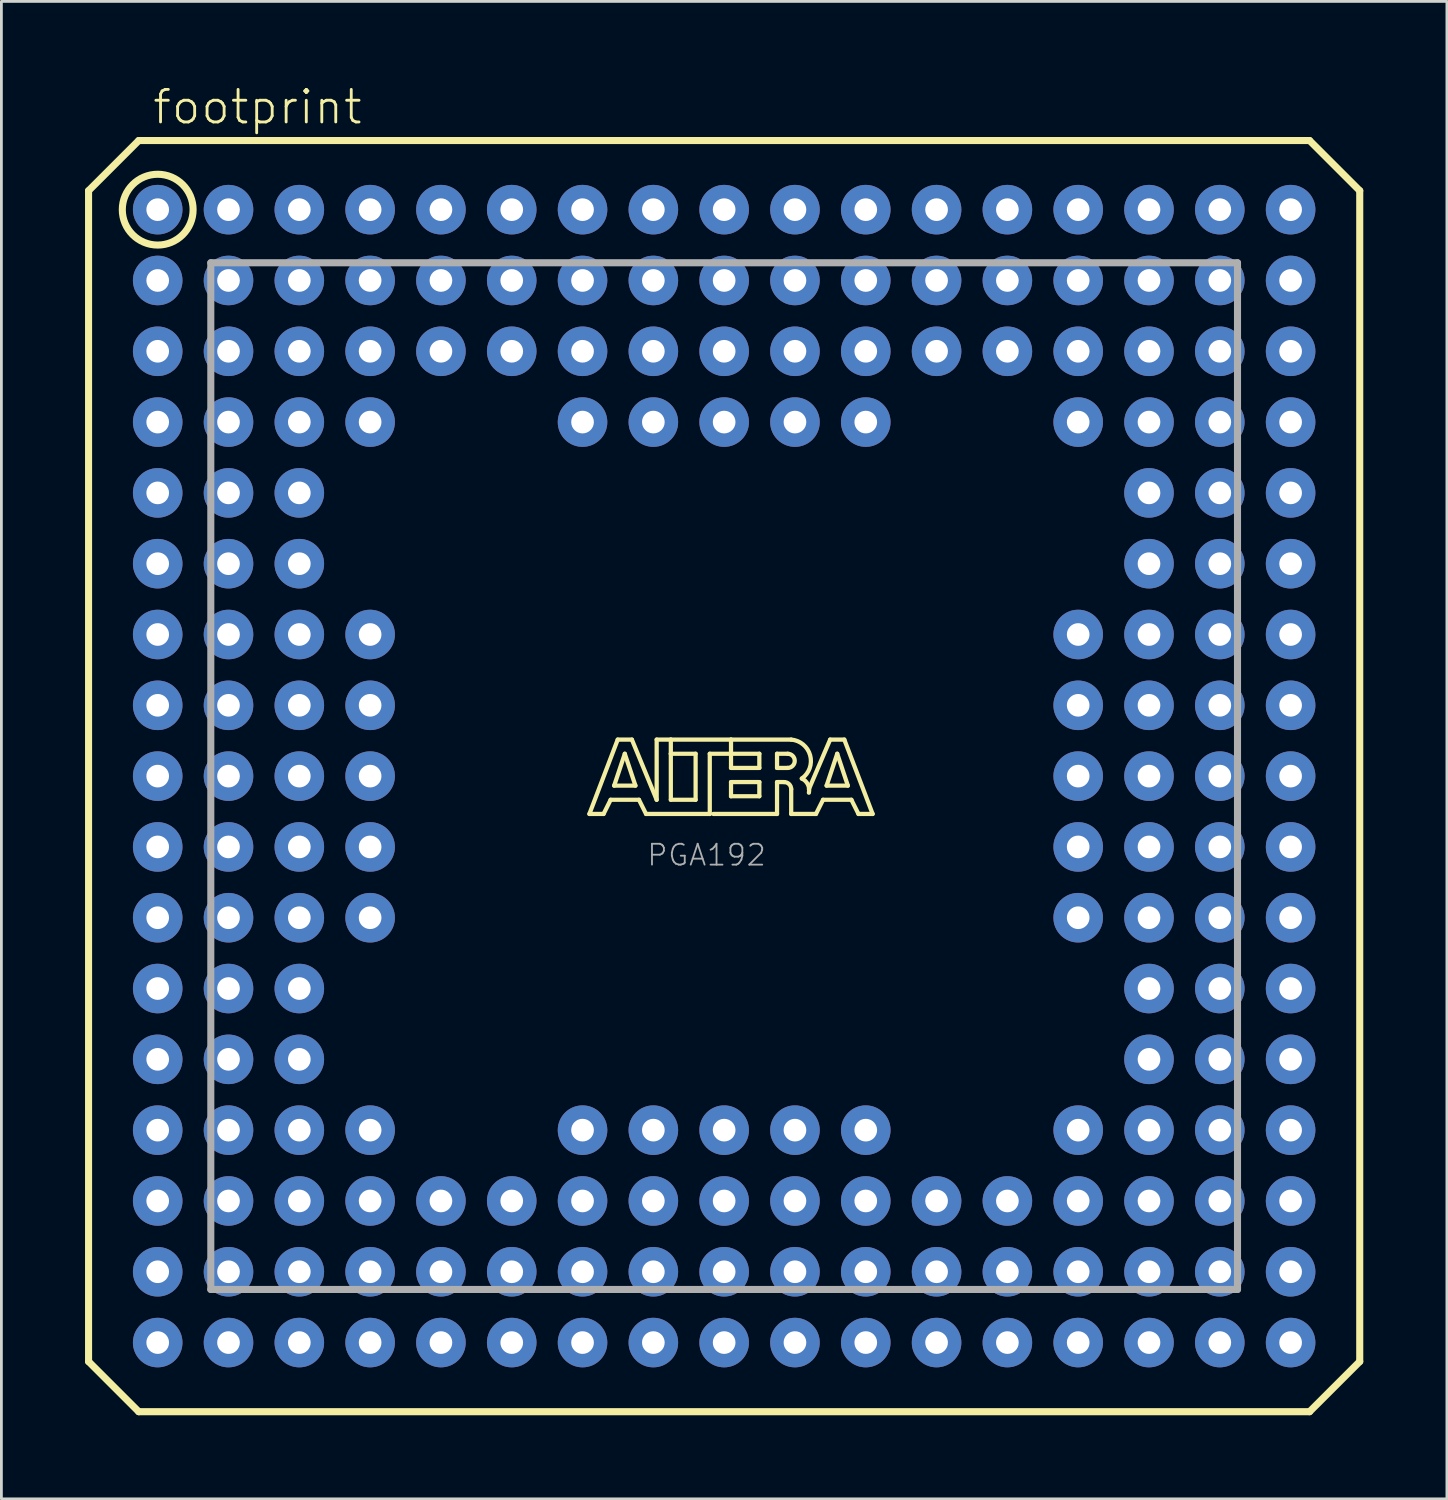
<source format=kicad_pcb>
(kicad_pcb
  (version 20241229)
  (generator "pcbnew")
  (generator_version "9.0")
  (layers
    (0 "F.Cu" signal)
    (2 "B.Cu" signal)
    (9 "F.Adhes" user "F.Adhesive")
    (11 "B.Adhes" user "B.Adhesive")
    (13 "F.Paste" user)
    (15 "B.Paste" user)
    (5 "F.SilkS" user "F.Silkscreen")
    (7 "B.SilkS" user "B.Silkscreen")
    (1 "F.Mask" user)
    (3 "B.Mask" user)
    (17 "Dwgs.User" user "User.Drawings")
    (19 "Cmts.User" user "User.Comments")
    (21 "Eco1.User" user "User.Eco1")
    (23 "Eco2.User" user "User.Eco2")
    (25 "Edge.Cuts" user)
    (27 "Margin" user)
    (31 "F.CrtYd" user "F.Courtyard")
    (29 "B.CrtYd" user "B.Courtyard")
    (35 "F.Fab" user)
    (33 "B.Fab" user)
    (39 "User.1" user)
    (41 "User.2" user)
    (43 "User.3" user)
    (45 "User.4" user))
  (footprint "footprint"
    (layer "F.Cu")
    (at 22.927 24.791)
    (property "Reference" "footprint" (at -20.563 -23.318 0) (layer "F.SilkS") (effects (font (size 1.168 1.168) (thickness 0.102)) (justify left bottom)))
    (fp_line (start -22.8 -21) (end -21 -22.8) (stroke (width 0.254) (type solid)) (layer "F.SilkS"))
    (fp_line (start -22.8 21) (end -22.8 -21) (stroke (width 0.254) (type solid)) (layer "F.SilkS"))
    (fp_line (start -21 -22.8) (end 21 -22.8) (stroke (width 0.254) (type solid)) (layer "F.SilkS"))
    (fp_line (start -21 22.8) (end -22.8 21) (stroke (width 0.254) (type solid)) (layer "F.SilkS"))
    (fp_line (start -4.834 1.357) (end -3.818 -1.31) (stroke (width 0.152) (type solid)) (layer "F.SilkS"))
    (fp_line (start -4.326 1.357) (end -4.834 1.357) (stroke (width 0.152) (type solid)) (layer "F.SilkS"))
    (fp_line (start -4.072 0.849) (end -4.326 1.357) (stroke (width 0.152) (type solid)) (layer "F.SilkS"))
    (fp_line (start -3.945 0.341) (end -3.183 0.341) (stroke (width 0.152) (type solid)) (layer "F.SilkS"))
    (fp_line (start -3.818 -1.31) (end -3.31 -1.31) (stroke (width 0.152) (type solid)) (layer "F.SilkS"))
    (fp_line (start -3.564 -0.802) (end -3.945 0.341) (stroke (width 0.152) (type solid)) (layer "F.SilkS"))
    (fp_line (start -3.31 -1.31) (end -2.421 0.849) (stroke (width 0.152) (type solid)) (layer "F.SilkS"))
    (fp_line (start -3.183 0.341) (end -3.564 -0.802) (stroke (width 0.152) (type solid)) (layer "F.SilkS"))
    (fp_line (start -3.056 0.849) (end -4.072 0.849) (stroke (width 0.152) (type solid)) (layer "F.SilkS"))
    (fp_line (start -2.802 1.357) (end -3.056 0.849) (stroke (width 0.152) (type solid)) (layer "F.SilkS"))
    (fp_line (start -2.421 -1.31) (end -1.913 -1.31) (stroke (width 0.152) (type solid)) (layer "F.SilkS"))
    (fp_line (start -2.421 0.849) (end -2.421 -1.31) (stroke (width 0.152) (type solid)) (layer "F.SilkS"))
    (fp_line (start -1.913 -1.31) (end -1.913 -0.802) (stroke (width 0.152) (type solid)) (layer "F.SilkS"))
    (fp_line (start -1.913 -1.31) (end 0.246 -1.31) (stroke (width 0.152) (type solid)) (layer "F.SilkS"))
    (fp_line (start -1.913 -0.802) (end -1.913 0.849) (stroke (width 0.152) (type solid)) (layer "F.SilkS"))
    (fp_line (start -1.913 0.849) (end -1.024 0.849) (stroke (width 0.152) (type solid)) (layer "F.SilkS"))
    (fp_line (start -1.024 -0.802) (end -1.913 -0.802) (stroke (width 0.152) (type solid)) (layer "F.SilkS"))
    (fp_line (start -1.024 0.849) (end -1.024 -0.802) (stroke (width 0.152) (type solid)) (layer "F.SilkS"))
    (fp_line (start -0.516 -0.802) (end -0.516 1.357) (stroke (width 0.152) (type solid)) (layer "F.SilkS"))
    (fp_line (start -0.516 1.357) (end -2.802 1.357) (stroke (width 0.152) (type solid)) (layer "F.SilkS"))
    (fp_line (start 0.246 -1.31) (end 0.246 -0.802) (stroke (width 0.152) (type solid)) (layer "F.SilkS"))
    (fp_line (start 0.246 -1.31) (end 2.405 -1.31) (stroke (width 0.152) (type solid)) (layer "F.SilkS"))
    (fp_line (start 0.246 -0.802) (end -0.516 -0.802) (stroke (width 0.152) (type solid)) (layer "F.SilkS"))
    (fp_line (start 0.246 -0.802) (end 0.246 -0.294) (stroke (width 0.152) (type solid)) (layer "F.SilkS"))
    (fp_line (start 0.246 -0.294) (end 1.262 -0.294) (stroke (width 0.152) (type solid)) (layer "F.SilkS"))
    (fp_line (start 0.246 0.214) (end 1.262 0.214) (stroke (width 0.152) (type solid)) (layer "F.SilkS"))
    (fp_line (start 0.246 0.722) (end 0.246 0.214) (stroke (width 0.152) (type solid)) (layer "F.SilkS"))
    (fp_line (start 1.262 -0.802) (end 0.246 -0.802) (stroke (width 0.152) (type solid)) (layer "F.SilkS"))
    (fp_line (start 1.262 -0.294) (end 1.262 -0.802) (stroke (width 0.152) (type solid)) (layer "F.SilkS"))
    (fp_line (start 1.262 0.214) (end 1.262 0.722) (stroke (width 0.152) (type solid)) (layer "F.SilkS"))
    (fp_line (start 1.262 0.722) (end 0.246 0.722) (stroke (width 0.152) (type solid)) (layer "F.SilkS"))
    (fp_line (start 1.897 -0.802) (end 1.897 -0.294) (stroke (width 0.152) (type solid)) (layer "F.SilkS"))
    (fp_line (start 1.897 -0.294) (end 2.278 -0.294) (stroke (width 0.152) (type solid)) (layer "F.SilkS"))
    (fp_line (start 1.897 0.214) (end 1.897 1.357) (stroke (width 0.152) (type solid)) (layer "F.SilkS"))
    (fp_line (start 1.897 0.214) (end 2.151 0.214) (stroke (width 0.152) (type solid)) (layer "F.SilkS"))
    (fp_line (start 1.897 1.357) (end -0.389 1.357) (stroke (width 0.152) (type solid)) (layer "F.SilkS"))
    (fp_line (start 2.278 -0.802) (end 1.897 -0.802) (stroke (width 0.152) (type solid)) (layer "F.SilkS"))
    (fp_line (start 2.405 0.468) (end 2.405 1.357) (stroke (width 0.152) (type solid)) (layer "F.SilkS"))
    (fp_line (start 2.405 1.357) (end 3.294 1.357) (stroke (width 0.152) (type solid)) (layer "F.SilkS"))
    (fp_line (start 3.294 1.357) (end 3.548 0.849) (stroke (width 0.152) (type solid)) (layer "F.SilkS"))
    (fp_line (start 3.548 0.849) (end 4.564 0.849) (stroke (width 0.152) (type solid)) (layer "F.SilkS"))
    (fp_line (start 3.675 0.341) (end 4.056 -0.802) (stroke (width 0.152) (type solid)) (layer "F.SilkS"))
    (fp_line (start 3.802 -1.31) (end 3.04 0.468) (stroke (width 0.152) (type solid)) (layer "F.SilkS"))
    (fp_line (start 4.056 -0.802) (end 4.437 0.341) (stroke (width 0.152) (type solid)) (layer "F.SilkS"))
    (fp_line (start 4.31 -1.31) (end 3.802 -1.31) (stroke (width 0.152) (type solid)) (layer "F.SilkS"))
    (fp_line (start 4.437 0.341) (end 3.675 0.341) (stroke (width 0.152) (type solid)) (layer "F.SilkS"))
    (fp_line (start 4.564 0.849) (end 4.818 1.357) (stroke (width 0.152) (type solid)) (layer "F.SilkS"))
    (fp_line (start 4.818 1.357) (end 5.326 1.357) (stroke (width 0.152) (type solid)) (layer "F.SilkS"))
    (fp_line (start 5.326 1.357) (end 4.31 -1.31) (stroke (width 0.152) (type solid)) (layer "F.SilkS"))
    (fp_line (start 21 -22.8) (end 22.8 -21) (stroke (width 0.254) (type solid)) (layer "F.SilkS"))
    (fp_line (start 21 22.8) (end -21 22.8) (stroke (width 0.254) (type solid)) (layer "F.SilkS"))
    (fp_line (start 22.8 -21) (end 22.8 21) (stroke (width 0.254) (type solid)) (layer "F.SilkS"))
    (fp_line (start 22.8 21) (end 21 22.8) (stroke (width 0.254) (type solid)) (layer "F.SilkS"))
    (fp_arc (start 2.151 0.214) (mid 2.330605 0.288395) (end 2.405 0.468) (stroke (width 0.1524) (type solid)) (layer "F.SilkS"))
    (fp_arc (start 2.278 -0.802) (mid 2.532 -0.548) (end 2.278 -0.294) (stroke (width 0.1524) (type solid)) (layer "F.SilkS"))
    (fp_arc (start 2.405 -1.31) (mid 3.084953 -0.744769) (end 2.786098 0.087401) (stroke (width 0.1524) (type solid)) (layer "F.SilkS"))
    (fp_arc (start 2.7861 0.0871) (mid 3.002081 0.296587) (end 3.039799 0.5951) (stroke (width 0.1524) (type solid)) (layer "F.SilkS"))
    (fp_circle (center -20.32 -20.32) (end -19.05 -20.32) (stroke (width 0.254) (type solid)) (fill no) (layer "F.SilkS"))
    (fp_line (start -18.415 -18.415) (end -18.415 18.415) (stroke (width 0.254) (type solid)) (layer "F.Fab"))
    (fp_line (start -18.415 18.415) (end 18.415 18.415) (stroke (width 0.254) (type solid)) (layer "F.Fab"))
    (fp_line (start 18.415 -18.415) (end -18.415 -18.415) (stroke (width 0.254) (type solid)) (layer "F.Fab"))
    (fp_line (start 18.415 18.415) (end 18.415 -18.415) (stroke (width 0.254) (type solid)) (layer "F.Fab"))
    (fp_text user "PGA192" (at -2.81 3.27 0) (layer "F.Fab") (effects (font (size 0.748 0.748) (thickness 0.065)) (justify left bottom)))
    (pad "A1" thru_hole circle (at -20.32 -20.32) (size 1.778 1.778) (drill 0.813) (layers "*.Cu" "*.Mask"))
    (pad "A2" thru_hole circle (at -17.78 -20.32) (size 1.778 1.778) (drill 0.813) (layers "*.Cu" "*.Mask"))
    (pad "A3" thru_hole circle (at -15.24 -20.32) (size 1.778 1.778) (drill 0.813) (layers "*.Cu" "*.Mask"))
    (pad "A4" thru_hole circle (at -12.7 -20.32) (size 1.778 1.778) (drill 0.813) (layers "*.Cu" "*.Mask"))
    (pad "A5" thru_hole circle (at -10.16 -20.32) (size 1.778 1.778) (drill 0.813) (layers "*.Cu" "*.Mask"))
    (pad "A6" thru_hole circle (at -7.62 -20.32) (size 1.778 1.778) (drill 0.813) (layers "*.Cu" "*.Mask"))
    (pad "A7" thru_hole circle (at -5.08 -20.32) (size 1.778 1.778) (drill 0.813) (layers "*.Cu" "*.Mask"))
    (pad "A8" thru_hole circle (at -2.54 -20.32) (size 1.778 1.778) (drill 0.813) (layers "*.Cu" "*.Mask"))
    (pad "A9" thru_hole circle (at 0 -20.32) (size 1.778 1.778) (drill 0.813) (layers "*.Cu" "*.Mask"))
    (pad "A10" thru_hole circle (at 2.54 -20.32) (size 1.778 1.778) (drill 0.813) (layers "*.Cu" "*.Mask"))
    (pad "A11" thru_hole circle (at 5.08 -20.32) (size 1.778 1.778) (drill 0.813) (layers "*.Cu" "*.Mask"))
    (pad "A12" thru_hole circle (at 7.62 -20.32) (size 1.778 1.778) (drill 0.813) (layers "*.Cu" "*.Mask"))
    (pad "A13" thru_hole circle (at 10.16 -20.32) (size 1.778 1.778) (drill 0.813) (layers "*.Cu" "*.Mask"))
    (pad "A14" thru_hole circle (at 12.7 -20.32) (size 1.778 1.778) (drill 0.813) (layers "*.Cu" "*.Mask"))
    (pad "A15" thru_hole circle (at 15.24 -20.32) (size 1.778 1.778) (drill 0.813) (layers "*.Cu" "*.Mask"))
    (pad "A16" thru_hole circle (at 17.78 -20.32) (size 1.778 1.778) (drill 0.813) (layers "*.Cu" "*.Mask"))
    (pad "A17" thru_hole circle (at 20.32 -20.32) (size 1.778 1.778) (drill 0.813) (layers "*.Cu" "*.Mask"))
    (pad "B1" thru_hole circle (at -20.32 -17.78) (size 1.778 1.778) (drill 0.813) (layers "*.Cu" "*.Mask"))
    (pad "B2" thru_hole circle (at -17.78 -17.78) (size 1.778 1.778) (drill 0.813) (layers "*.Cu" "*.Mask"))
    (pad "B3" thru_hole circle (at -15.24 -17.78) (size 1.778 1.778) (drill 0.813) (layers "*.Cu" "*.Mask"))
    (pad "B4" thru_hole circle (at -12.7 -17.78) (size 1.778 1.778) (drill 0.813) (layers "*.Cu" "*.Mask"))
    (pad "B5" thru_hole circle (at -10.16 -17.78) (size 1.778 1.778) (drill 0.813) (layers "*.Cu" "*.Mask"))
    (pad "B6" thru_hole circle (at -7.62 -17.78) (size 1.778 1.778) (drill 0.813) (layers "*.Cu" "*.Mask"))
    (pad "B7" thru_hole circle (at -5.08 -17.78) (size 1.778 1.778) (drill 0.813) (layers "*.Cu" "*.Mask"))
    (pad "B8" thru_hole circle (at -2.54 -17.78) (size 1.778 1.778) (drill 0.813) (layers "*.Cu" "*.Mask"))
    (pad "B9" thru_hole circle (at 0 -17.78) (size 1.778 1.778) (drill 0.813) (layers "*.Cu" "*.Mask"))
    (pad "B10" thru_hole circle (at 2.54 -17.78) (size 1.778 1.778) (drill 0.813) (layers "*.Cu" "*.Mask"))
    (pad "B11" thru_hole circle (at 5.08 -17.78) (size 1.778 1.778) (drill 0.813) (layers "*.Cu" "*.Mask"))
    (pad "B12" thru_hole circle (at 7.62 -17.78) (size 1.778 1.778) (drill 0.813) (layers "*.Cu" "*.Mask"))
    (pad "B13" thru_hole circle (at 10.16 -17.78) (size 1.778 1.778) (drill 0.813) (layers "*.Cu" "*.Mask"))
    (pad "B14" thru_hole circle (at 12.7 -17.78) (size 1.778 1.778) (drill 0.813) (layers "*.Cu" "*.Mask"))
    (pad "B15" thru_hole circle (at 15.24 -17.78) (size 1.778 1.778) (drill 0.813) (layers "*.Cu" "*.Mask"))
    (pad "B16" thru_hole circle (at 17.78 -17.78) (size 1.778 1.778) (drill 0.813) (layers "*.Cu" "*.Mask"))
    (pad "B17" thru_hole circle (at 20.32 -17.78) (size 1.778 1.778) (drill 0.813) (layers "*.Cu" "*.Mask"))
    (pad "C1" thru_hole circle (at -20.32 -15.24) (size 1.778 1.778) (drill 0.813) (layers "*.Cu" "*.Mask"))
    (pad "C2" thru_hole circle (at -17.78 -15.24) (size 1.778 1.778) (drill 0.813) (layers "*.Cu" "*.Mask"))
    (pad "C3" thru_hole circle (at -15.24 -15.24) (size 1.778 1.778) (drill 0.813) (layers "*.Cu" "*.Mask"))
    (pad "C4" thru_hole circle (at -12.7 -15.24) (size 1.778 1.778) (drill 0.813) (layers "*.Cu" "*.Mask"))
    (pad "C5" thru_hole circle (at -10.16 -15.24) (size 1.778 1.778) (drill 0.813) (layers "*.Cu" "*.Mask"))
    (pad "C6" thru_hole circle (at -7.62 -15.24) (size 1.778 1.778) (drill 0.813) (layers "*.Cu" "*.Mask"))
    (pad "C7" thru_hole circle (at -5.08 -15.24) (size 1.778 1.778) (drill 0.813) (layers "*.Cu" "*.Mask"))
    (pad "C8" thru_hole circle (at -2.54 -15.24) (size 1.778 1.778) (drill 0.813) (layers "*.Cu" "*.Mask"))
    (pad "C9" thru_hole circle (at 0 -15.24) (size 1.778 1.778) (drill 0.813) (layers "*.Cu" "*.Mask"))
    (pad "C10" thru_hole circle (at 2.54 -15.24) (size 1.778 1.778) (drill 0.813) (layers "*.Cu" "*.Mask"))
    (pad "C11" thru_hole circle (at 5.08 -15.24) (size 1.778 1.778) (drill 0.813) (layers "*.Cu" "*.Mask"))
    (pad "C12" thru_hole circle (at 7.62 -15.24) (size 1.778 1.778) (drill 0.813) (layers "*.Cu" "*.Mask"))
    (pad "C13" thru_hole circle (at 10.16 -15.24) (size 1.778 1.778) (drill 0.813) (layers "*.Cu" "*.Mask"))
    (pad "C14" thru_hole circle (at 12.7 -15.24) (size 1.778 1.778) (drill 0.813) (layers "*.Cu" "*.Mask"))
    (pad "C15" thru_hole circle (at 15.24 -15.24) (size 1.778 1.778) (drill 0.813) (layers "*.Cu" "*.Mask"))
    (pad "C16" thru_hole circle (at 17.78 -15.24) (size 1.778 1.778) (drill 0.813) (layers "*.Cu" "*.Mask"))
    (pad "C17" thru_hole circle (at 20.32 -15.24) (size 1.778 1.778) (drill 0.813) (layers "*.Cu" "*.Mask"))
    (pad "D1" thru_hole circle (at -20.32 -12.7) (size 1.778 1.778) (drill 0.813) (layers "*.Cu" "*.Mask"))
    (pad "D2" thru_hole circle (at -17.78 -12.7) (size 1.778 1.778) (drill 0.813) (layers "*.Cu" "*.Mask"))
    (pad "D3" thru_hole circle (at -15.24 -12.7) (size 1.778 1.778) (drill 0.813) (layers "*.Cu" "*.Mask"))
    (pad "D4" thru_hole circle (at -12.7 -12.7) (size 1.778 1.778) (drill 0.813) (layers "*.Cu" "*.Mask"))
    (pad "D7" thru_hole circle (at -5.08 -12.7) (size 1.778 1.778) (drill 0.813) (layers "*.Cu" "*.Mask"))
    (pad "D8" thru_hole circle (at -2.54 -12.7) (size 1.778 1.778) (drill 0.813) (layers "*.Cu" "*.Mask"))
    (pad "D9" thru_hole circle (at 0 -12.7) (size 1.778 1.778) (drill 0.813) (layers "*.Cu" "*.Mask"))
    (pad "D10" thru_hole circle (at 2.54 -12.7) (size 1.778 1.778) (drill 0.813) (layers "*.Cu" "*.Mask"))
    (pad "D11" thru_hole circle (at 5.08 -12.7) (size 1.778 1.778) (drill 0.813) (layers "*.Cu" "*.Mask"))
    (pad "D14" thru_hole circle (at 12.7 -12.7) (size 1.778 1.778) (drill 0.813) (layers "*.Cu" "*.Mask"))
    (pad "D15" thru_hole circle (at 15.24 -12.7) (size 1.778 1.778) (drill 0.813) (layers "*.Cu" "*.Mask"))
    (pad "D16" thru_hole circle (at 17.78 -12.7) (size 1.778 1.778) (drill 0.813) (layers "*.Cu" "*.Mask"))
    (pad "D17" thru_hole circle (at 20.32 -12.7) (size 1.778 1.778) (drill 0.813) (layers "*.Cu" "*.Mask"))
    (pad "E1" thru_hole circle (at -20.32 -10.16) (size 1.778 1.778) (drill 0.813) (layers "*.Cu" "*.Mask"))
    (pad "E2" thru_hole circle (at -17.78 -10.16) (size 1.778 1.778) (drill 0.813) (layers "*.Cu" "*.Mask"))
    (pad "E3" thru_hole circle (at -15.24 -10.16) (size 1.778 1.778) (drill 0.813) (layers "*.Cu" "*.Mask"))
    (pad "E15" thru_hole circle (at 15.24 -10.16) (size 1.778 1.778) (drill 0.813) (layers "*.Cu" "*.Mask"))
    (pad "E16" thru_hole circle (at 17.78 -10.16) (size 1.778 1.778) (drill 0.813) (layers "*.Cu" "*.Mask"))
    (pad "E17" thru_hole circle (at 20.32 -10.16) (size 1.778 1.778) (drill 0.813) (layers "*.Cu" "*.Mask"))
    (pad "F1" thru_hole circle (at -20.32 -7.62) (size 1.778 1.778) (drill 0.813) (layers "*.Cu" "*.Mask"))
    (pad "F2" thru_hole circle (at -17.78 -7.62) (size 1.778 1.778) (drill 0.813) (layers "*.Cu" "*.Mask"))
    (pad "F3" thru_hole circle (at -15.24 -7.62) (size 1.778 1.778) (drill 0.813) (layers "*.Cu" "*.Mask"))
    (pad "F15" thru_hole circle (at 15.24 -7.62) (size 1.778 1.778) (drill 0.813) (layers "*.Cu" "*.Mask"))
    (pad "F16" thru_hole circle (at 17.78 -7.62) (size 1.778 1.778) (drill 0.813) (layers "*.Cu" "*.Mask"))
    (pad "F17" thru_hole circle (at 20.32 -7.62) (size 1.778 1.778) (drill 0.813) (layers "*.Cu" "*.Mask"))
    (pad "G1" thru_hole circle (at -20.32 -5.08) (size 1.778 1.778) (drill 0.813) (layers "*.Cu" "*.Mask"))
    (pad "G2" thru_hole circle (at -17.78 -5.08) (size 1.778 1.778) (drill 0.813) (layers "*.Cu" "*.Mask"))
    (pad "G3" thru_hole circle (at -15.24 -5.08) (size 1.778 1.778) (drill 0.813) (layers "*.Cu" "*.Mask"))
    (pad "G4" thru_hole circle (at -12.7 -5.08) (size 1.778 1.778) (drill 0.813) (layers "*.Cu" "*.Mask"))
    (pad "G14" thru_hole circle (at 12.7 -5.08) (size 1.778 1.778) (drill 0.813) (layers "*.Cu" "*.Mask"))
    (pad "G15" thru_hole circle (at 15.24 -5.08) (size 1.778 1.778) (drill 0.813) (layers "*.Cu" "*.Mask"))
    (pad "G16" thru_hole circle (at 17.78 -5.08) (size 1.778 1.778) (drill 0.813) (layers "*.Cu" "*.Mask"))
    (pad "G17" thru_hole circle (at 20.32 -5.08) (size 1.778 1.778) (drill 0.813) (layers "*.Cu" "*.Mask"))
    (pad "H1" thru_hole circle (at -20.32 -2.54) (size 1.778 1.778) (drill 0.813) (layers "*.Cu" "*.Mask"))
    (pad "H2" thru_hole circle (at -17.78 -2.54) (size 1.778 1.778) (drill 0.813) (layers "*.Cu" "*.Mask"))
    (pad "H3" thru_hole circle (at -15.24 -2.54) (size 1.778 1.778) (drill 0.813) (layers "*.Cu" "*.Mask"))
    (pad "H4" thru_hole circle (at -12.7 -2.54) (size 1.778 1.778) (drill 0.813) (layers "*.Cu" "*.Mask"))
    (pad "H14" thru_hole circle (at 12.7 -2.54) (size 1.778 1.778) (drill 0.813) (layers "*.Cu" "*.Mask"))
    (pad "H15" thru_hole circle (at 15.24 -2.54) (size 1.778 1.778) (drill 0.813) (layers "*.Cu" "*.Mask"))
    (pad "H16" thru_hole circle (at 17.78 -2.54) (size 1.778 1.778) (drill 0.813) (layers "*.Cu" "*.Mask"))
    (pad "H17" thru_hole circle (at 20.32 -2.54) (size 1.778 1.778) (drill 0.813) (layers "*.Cu" "*.Mask"))
    (pad "J1" thru_hole circle (at -20.32 0) (size 1.778 1.778) (drill 0.813) (layers "*.Cu" "*.Mask"))
    (pad "J2" thru_hole circle (at -17.78 0) (size 1.778 1.778) (drill 0.813) (layers "*.Cu" "*.Mask"))
    (pad "J3" thru_hole circle (at -15.24 0) (size 1.778 1.778) (drill 0.813) (layers "*.Cu" "*.Mask"))
    (pad "J4" thru_hole circle (at -12.7 0) (size 1.778 1.778) (drill 0.813) (layers "*.Cu" "*.Mask"))
    (pad "J14" thru_hole circle (at 12.7 0) (size 1.778 1.778) (drill 0.813) (layers "*.Cu" "*.Mask"))
    (pad "J15" thru_hole circle (at 15.24 0) (size 1.778 1.778) (drill 0.813) (layers "*.Cu" "*.Mask"))
    (pad "J16" thru_hole circle (at 17.78 0) (size 1.778 1.778) (drill 0.813) (layers "*.Cu" "*.Mask"))
    (pad "J17" thru_hole circle (at 20.32 0) (size 1.778 1.778) (drill 0.813) (layers "*.Cu" "*.Mask"))
    (pad "K1" thru_hole circle (at -20.32 2.54) (size 1.778 1.778) (drill 0.813) (layers "*.Cu" "*.Mask"))
    (pad "K2" thru_hole circle (at -17.78 2.54) (size 1.778 1.778) (drill 0.813) (layers "*.Cu" "*.Mask"))
    (pad "K3" thru_hole circle (at -15.24 2.54) (size 1.778 1.778) (drill 0.813) (layers "*.Cu" "*.Mask"))
    (pad "K4" thru_hole circle (at -12.7 2.54) (size 1.778 1.778) (drill 0.813) (layers "*.Cu" "*.Mask"))
    (pad "K14" thru_hole circle (at 12.7 2.54) (size 1.778 1.778) (drill 0.813) (layers "*.Cu" "*.Mask"))
    (pad "K15" thru_hole circle (at 15.24 2.54) (size 1.778 1.778) (drill 0.813) (layers "*.Cu" "*.Mask"))
    (pad "K16" thru_hole circle (at 17.78 2.54) (size 1.778 1.778) (drill 0.813) (layers "*.Cu" "*.Mask"))
    (pad "K17" thru_hole circle (at 20.32 2.54) (size 1.778 1.778) (drill 0.813) (layers "*.Cu" "*.Mask"))
    (pad "L1" thru_hole circle (at -20.32 5.08) (size 1.778 1.778) (drill 0.813) (layers "*.Cu" "*.Mask"))
    (pad "L2" thru_hole circle (at -17.78 5.08) (size 1.778 1.778) (drill 0.813) (layers "*.Cu" "*.Mask"))
    (pad "L3" thru_hole circle (at -15.24 5.08) (size 1.778 1.778) (drill 0.813) (layers "*.Cu" "*.Mask"))
    (pad "L4" thru_hole circle (at -12.7 5.08) (size 1.778 1.778) (drill 0.813) (layers "*.Cu" "*.Mask"))
    (pad "L14" thru_hole circle (at 12.7 5.08) (size 1.778 1.778) (drill 0.813) (layers "*.Cu" "*.Mask"))
    (pad "L15" thru_hole circle (at 15.24 5.08) (size 1.778 1.778) (drill 0.813) (layers "*.Cu" "*.Mask"))
    (pad "L16" thru_hole circle (at 17.78 5.08) (size 1.778 1.778) (drill 0.813) (layers "*.Cu" "*.Mask"))
    (pad "L17" thru_hole circle (at 20.32 5.08) (size 1.778 1.778) (drill 0.813) (layers "*.Cu" "*.Mask"))
    (pad "M1" thru_hole circle (at -20.32 7.62) (size 1.778 1.778) (drill 0.813) (layers "*.Cu" "*.Mask"))
    (pad "M2" thru_hole circle (at -17.78 7.62) (size 1.778 1.778) (drill 0.813) (layers "*.Cu" "*.Mask"))
    (pad "M3" thru_hole circle (at -15.24 7.62) (size 1.778 1.778) (drill 0.813) (layers "*.Cu" "*.Mask"))
    (pad "M15" thru_hole circle (at 15.24 7.62) (size 1.778 1.778) (drill 0.813) (layers "*.Cu" "*.Mask"))
    (pad "M16" thru_hole circle (at 17.78 7.62) (size 1.778 1.778) (drill 0.813) (layers "*.Cu" "*.Mask"))
    (pad "M17" thru_hole circle (at 20.32 7.62) (size 1.778 1.778) (drill 0.813) (layers "*.Cu" "*.Mask"))
    (pad "N1" thru_hole circle (at -20.32 10.16) (size 1.778 1.778) (drill 0.813) (layers "*.Cu" "*.Mask"))
    (pad "N2" thru_hole circle (at -17.78 10.16) (size 1.778 1.778) (drill 0.813) (layers "*.Cu" "*.Mask"))
    (pad "N3" thru_hole circle (at -15.24 10.16) (size 1.778 1.778) (drill 0.813) (layers "*.Cu" "*.Mask"))
    (pad "N15" thru_hole circle (at 15.24 10.16) (size 1.778 1.778) (drill 0.813) (layers "*.Cu" "*.Mask"))
    (pad "N16" thru_hole circle (at 17.78 10.16) (size 1.778 1.778) (drill 0.813) (layers "*.Cu" "*.Mask"))
    (pad "N17" thru_hole circle (at 20.32 10.16) (size 1.778 1.778) (drill 0.813) (layers "*.Cu" "*.Mask"))
    (pad "P1" thru_hole circle (at -20.32 12.7) (size 1.778 1.778) (drill 0.813) (layers "*.Cu" "*.Mask"))
    (pad "P2" thru_hole circle (at -17.78 12.7) (size 1.778 1.778) (drill 0.813) (layers "*.Cu" "*.Mask"))
    (pad "P3" thru_hole circle (at -15.24 12.7) (size 1.778 1.778) (drill 0.813) (layers "*.Cu" "*.Mask"))
    (pad "P4" thru_hole circle (at -12.7 12.7) (size 1.778 1.778) (drill 0.813) (layers "*.Cu" "*.Mask"))
    (pad "P7" thru_hole circle (at -5.08 12.7) (size 1.778 1.778) (drill 0.813) (layers "*.Cu" "*.Mask"))
    (pad "P8" thru_hole circle (at -2.54 12.7) (size 1.778 1.778) (drill 0.813) (layers "*.Cu" "*.Mask"))
    (pad "P9" thru_hole circle (at 0 12.7) (size 1.778 1.778) (drill 0.813) (layers "*.Cu" "*.Mask"))
    (pad "P10" thru_hole circle (at 2.54 12.7) (size 1.778 1.778) (drill 0.813) (layers "*.Cu" "*.Mask"))
    (pad "P11" thru_hole circle (at 5.08 12.7) (size 1.778 1.778) (drill 0.813) (layers "*.Cu" "*.Mask"))
    (pad "P14" thru_hole circle (at 12.7 12.7) (size 1.778 1.778) (drill 0.813) (layers "*.Cu" "*.Mask"))
    (pad "P15" thru_hole circle (at 15.24 12.7) (size 1.778 1.778) (drill 0.813) (layers "*.Cu" "*.Mask"))
    (pad "P16" thru_hole circle (at 17.78 12.7) (size 1.778 1.778) (drill 0.813) (layers "*.Cu" "*.Mask"))
    (pad "P17" thru_hole circle (at 20.32 12.7) (size 1.778 1.778) (drill 0.813) (layers "*.Cu" "*.Mask"))
    (pad "R1" thru_hole circle (at -20.32 15.24) (size 1.778 1.778) (drill 0.813) (layers "*.Cu" "*.Mask"))
    (pad "R2" thru_hole circle (at -17.78 15.24) (size 1.778 1.778) (drill 0.813) (layers "*.Cu" "*.Mask"))
    (pad "R3" thru_hole circle (at -15.24 15.24) (size 1.778 1.778) (drill 0.813) (layers "*.Cu" "*.Mask"))
    (pad "R4" thru_hole circle (at -12.7 15.24) (size 1.778 1.778) (drill 0.813) (layers "*.Cu" "*.Mask"))
    (pad "R5" thru_hole circle (at -10.16 15.24) (size 1.778 1.778) (drill 0.813) (layers "*.Cu" "*.Mask"))
    (pad "R6" thru_hole circle (at -7.62 15.24) (size 1.778 1.778) (drill 0.813) (layers "*.Cu" "*.Mask"))
    (pad "R7" thru_hole circle (at -5.08 15.24) (size 1.778 1.778) (drill 0.813) (layers "*.Cu" "*.Mask"))
    (pad "R8" thru_hole circle (at -2.54 15.24) (size 1.778 1.778) (drill 0.813) (layers "*.Cu" "*.Mask"))
    (pad "R9" thru_hole circle (at 0 15.24) (size 1.778 1.778) (drill 0.813) (layers "*.Cu" "*.Mask"))
    (pad "R10" thru_hole circle (at 2.54 15.24) (size 1.778 1.778) (drill 0.813) (layers "*.Cu" "*.Mask"))
    (pad "R11" thru_hole circle (at 5.08 15.24) (size 1.778 1.778) (drill 0.813) (layers "*.Cu" "*.Mask"))
    (pad "R12" thru_hole circle (at 7.62 15.24) (size 1.778 1.778) (drill 0.813) (layers "*.Cu" "*.Mask"))
    (pad "R13" thru_hole circle (at 10.16 15.24) (size 1.778 1.778) (drill 0.813) (layers "*.Cu" "*.Mask"))
    (pad "R14" thru_hole circle (at 12.7 15.24) (size 1.778 1.778) (drill 0.813) (layers "*.Cu" "*.Mask"))
    (pad "R15" thru_hole circle (at 15.24 15.24) (size 1.778 1.778) (drill 0.813) (layers "*.Cu" "*.Mask"))
    (pad "R16" thru_hole circle (at 17.78 15.24) (size 1.778 1.778) (drill 0.813) (layers "*.Cu" "*.Mask"))
    (pad "R17" thru_hole circle (at 20.32 15.24) (size 1.778 1.778) (drill 0.813) (layers "*.Cu" "*.Mask"))
    (pad "T1" thru_hole circle (at -20.32 17.78) (size 1.778 1.778) (drill 0.813) (layers "*.Cu" "*.Mask"))
    (pad "T2" thru_hole circle (at -17.78 17.78) (size 1.778 1.778) (drill 0.813) (layers "*.Cu" "*.Mask"))
    (pad "T3" thru_hole circle (at -15.24 17.78) (size 1.778 1.778) (drill 0.813) (layers "*.Cu" "*.Mask"))
    (pad "T4" thru_hole circle (at -12.7 17.78) (size 1.778 1.778) (drill 0.813) (layers "*.Cu" "*.Mask"))
    (pad "T5" thru_hole circle (at -10.16 17.78) (size 1.778 1.778) (drill 0.813) (layers "*.Cu" "*.Mask"))
    (pad "T6" thru_hole circle (at -7.62 17.78) (size 1.778 1.778) (drill 0.813) (layers "*.Cu" "*.Mask"))
    (pad "T7" thru_hole circle (at -5.08 17.78) (size 1.778 1.778) (drill 0.813) (layers "*.Cu" "*.Mask"))
    (pad "T8" thru_hole circle (at -2.54 17.78) (size 1.778 1.778) (drill 0.813) (layers "*.Cu" "*.Mask"))
    (pad "T9" thru_hole circle (at 0 17.78) (size 1.778 1.778) (drill 0.813) (layers "*.Cu" "*.Mask"))
    (pad "T10" thru_hole circle (at 2.54 17.78) (size 1.778 1.778) (drill 0.813) (layers "*.Cu" "*.Mask"))
    (pad "T11" thru_hole circle (at 5.08 17.78) (size 1.778 1.778) (drill 0.813) (layers "*.Cu" "*.Mask"))
    (pad "T12" thru_hole circle (at 7.62 17.78) (size 1.778 1.778) (drill 0.813) (layers "*.Cu" "*.Mask"))
    (pad "T13" thru_hole circle (at 10.16 17.78) (size 1.778 1.778) (drill 0.813) (layers "*.Cu" "*.Mask"))
    (pad "T14" thru_hole circle (at 12.7 17.78) (size 1.778 1.778) (drill 0.813) (layers "*.Cu" "*.Mask"))
    (pad "T15" thru_hole circle (at 15.24 17.78) (size 1.778 1.778) (drill 0.813) (layers "*.Cu" "*.Mask"))
    (pad "T16" thru_hole circle (at 17.78 17.78) (size 1.778 1.778) (drill 0.813) (layers "*.Cu" "*.Mask"))
    (pad "T17" thru_hole circle (at 20.32 17.78) (size 1.778 1.778) (drill 0.813) (layers "*.Cu" "*.Mask"))
    (pad "U1" thru_hole circle (at -20.32 20.32) (size 1.778 1.778) (drill 0.813) (layers "*.Cu" "*.Mask"))
    (pad "U2" thru_hole circle (at -17.78 20.32) (size 1.778 1.778) (drill 0.813) (layers "*.Cu" "*.Mask"))
    (pad "U3" thru_hole circle (at -15.24 20.32) (size 1.778 1.778) (drill 0.813) (layers "*.Cu" "*.Mask"))
    (pad "U4" thru_hole circle (at -12.7 20.32) (size 1.778 1.778) (drill 0.813) (layers "*.Cu" "*.Mask"))
    (pad "U5" thru_hole circle (at -10.16 20.32) (size 1.778 1.778) (drill 0.813) (layers "*.Cu" "*.Mask"))
    (pad "U6" thru_hole circle (at -7.62 20.32) (size 1.778 1.778) (drill 0.813) (layers "*.Cu" "*.Mask"))
    (pad "U7" thru_hole circle (at -5.08 20.32) (size 1.778 1.778) (drill 0.813) (layers "*.Cu" "*.Mask"))
    (pad "U8" thru_hole circle (at -2.54 20.32) (size 1.778 1.778) (drill 0.813) (layers "*.Cu" "*.Mask"))
    (pad "U9" thru_hole circle (at 0 20.32) (size 1.778 1.778) (drill 0.813) (layers "*.Cu" "*.Mask"))
    (pad "U10" thru_hole circle (at 2.54 20.32) (size 1.778 1.778) (drill 0.813) (layers "*.Cu" "*.Mask"))
    (pad "U11" thru_hole circle (at 5.08 20.32) (size 1.778 1.778) (drill 0.813) (layers "*.Cu" "*.Mask"))
    (pad "U12" thru_hole circle (at 7.62 20.32) (size 1.778 1.778) (drill 0.813) (layers "*.Cu" "*.Mask"))
    (pad "U13" thru_hole circle (at 10.16 20.32) (size 1.778 1.778) (drill 0.813) (layers "*.Cu" "*.Mask"))
    (pad "U14" thru_hole circle (at 12.7 20.32) (size 1.778 1.778) (drill 0.813) (layers "*.Cu" "*.Mask"))
    (pad "U15" thru_hole circle (at 15.24 20.32) (size 1.778 1.778) (drill 0.813) (layers "*.Cu" "*.Mask"))
    (pad "U16" thru_hole circle (at 17.78 20.32) (size 1.778 1.778) (drill 0.813) (layers "*.Cu" "*.Mask"))
    (pad "U17" thru_hole circle (at 20.32 20.32) (size 1.778 1.778) (drill 0.813) (layers "*.Cu" "*.Mask")))
  (gr_rect
    (start -3 -3)
    (end 48.854 50.718)
    (stroke (width 0.1) (type default))
    (fill no)
    (layer "Edge.Cuts")))
</source>
